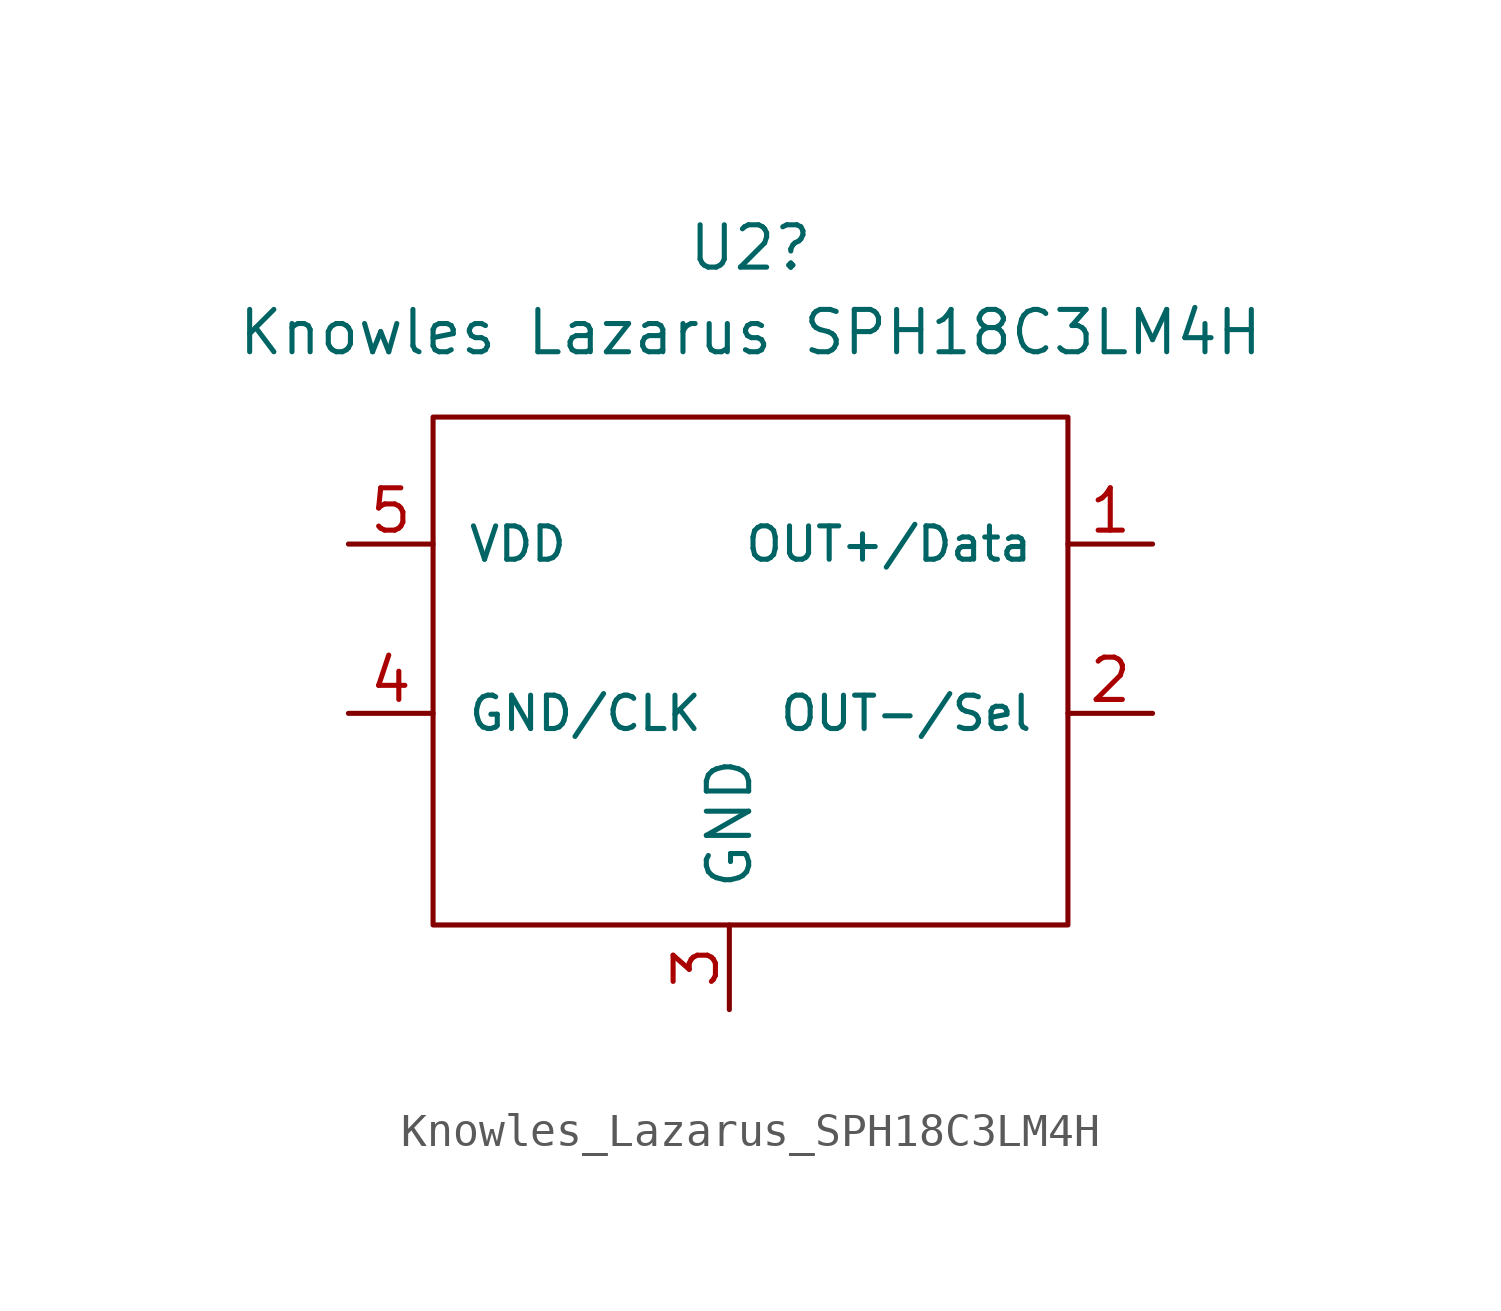
<source format=kicad_sym>
(kicad_symbol_lib
  (version 20231120)
  (generator "kicad_symbol_editor")
  (generator_version "8.0")
  (symbol "Knowles_Lazarus_SPH18C3LM4H"
    (pin_names
      (offset 1.016))
    (property "Reference" "U2"
      (at 5.715 3.81 0)
      (effects (font (size 1.27 1.27))))
    (property "Value" "Knowles Lazarus SPH18C3LM4H"
      (at 5.715 1.27 0)
      (effects (font (size 1.27 1.27))))
    (symbol "Knowles_Lazarus_SPH18C3LM4H_0_1"
      (polyline (pts (xy -3.81 -1.27) (xy 15.24 -1.27) (xy 15.24 -16.51) (xy 0 -16.51) (xy -3.81 -16.51) (xy -3.81 -8.89) (xy -3.81 -1.27)) (stroke (width 0) (type default)) (fill (type none))))
    (symbol "Knowles_Lazarus_SPH18C3LM4H_1_1"
      (pin output line (at 17.78 -5.08 180) (length 2.54) (name "OUT+/Data" (effects (font (size 1 1)))) (number "1" (effects (font (size 1.27 1.27)))))
      (pin bidirectional line (at 17.78 -10.16 180) (length 2.54) (name "OUT-/Sel" (effects (font (size 1 1)))) (number "2" (effects (font (size 1.27 1.27)))))
      (pin power_in line (at 5.08 -19.05 90) (length 2.54) (name "GND" (effects (font (size 1.27 1.27)))) (number "3" (effects (font (size 1.27 1.27)))))
      (pin bidirectional line (at -6.35 -10.16 0) (length 2.54) (name "GND/CLK" (effects (font (size 1 1)))) (number "4" (effects (font (size 1.27 1.27)))))
      (pin power_in line (at -6.35 -5.08 0) (length 2.54) (name "VDD" (effects (font (size 1 1)))) (number "5" (effects (font (size 1.27 1.27))))))))
</source>
